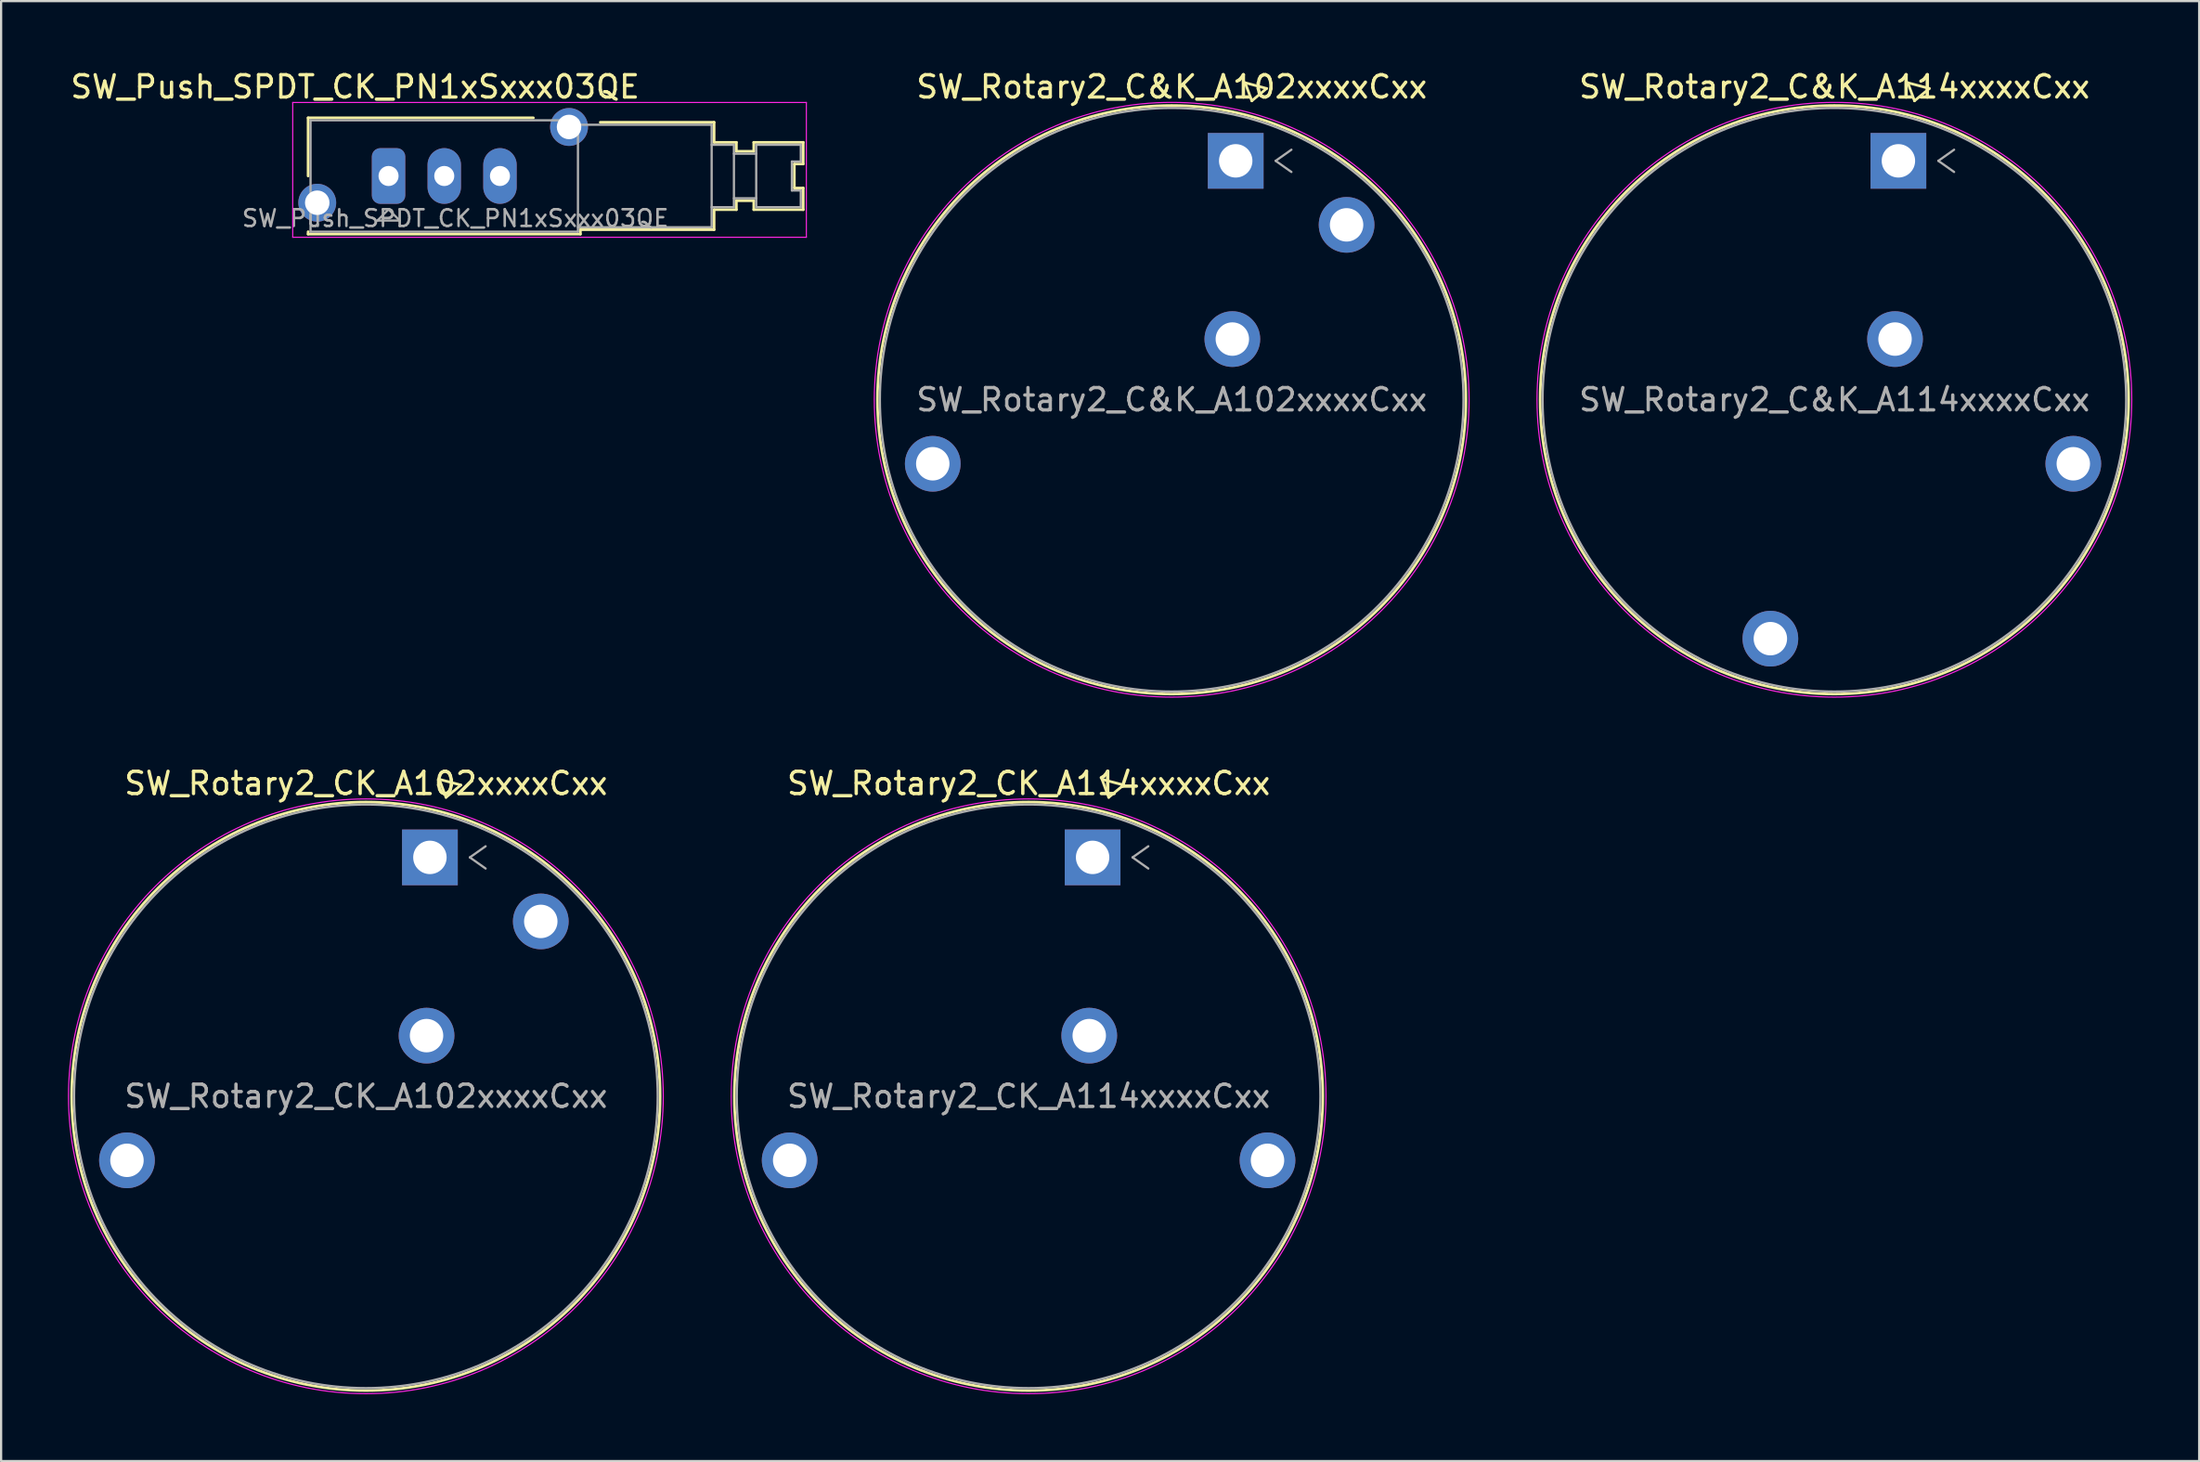
<source format=kicad_pcb>
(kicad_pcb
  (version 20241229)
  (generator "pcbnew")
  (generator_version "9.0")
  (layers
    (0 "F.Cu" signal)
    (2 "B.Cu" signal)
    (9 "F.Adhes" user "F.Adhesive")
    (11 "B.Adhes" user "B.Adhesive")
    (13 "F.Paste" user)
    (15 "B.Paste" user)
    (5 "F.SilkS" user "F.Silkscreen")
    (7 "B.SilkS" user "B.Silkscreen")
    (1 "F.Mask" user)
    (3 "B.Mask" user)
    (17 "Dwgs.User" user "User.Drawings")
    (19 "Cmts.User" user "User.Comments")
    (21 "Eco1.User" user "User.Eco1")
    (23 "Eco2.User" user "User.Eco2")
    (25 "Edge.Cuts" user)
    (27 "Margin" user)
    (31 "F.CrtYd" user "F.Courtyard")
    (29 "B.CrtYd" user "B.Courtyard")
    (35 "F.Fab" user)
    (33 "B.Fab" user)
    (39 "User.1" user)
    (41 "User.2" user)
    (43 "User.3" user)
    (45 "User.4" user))
  (footprint "SW_Rotary2_C&K_A114xxxxCxx"
    (layer "F.Cu")
    (at 82.145 4.168)
    (property "Reference" "SW_Rotary2_C&K_A114xxxxCxx" (at -2.87 -3.32 0) (layer "F.SilkS") (effects (font (size 1 1) (thickness 0.15))))
    (attr through_hole)
    (fp_line (start 0.422 -3.505) (end 0.722 -2.693) (stroke (width 0.12) (type solid)) (layer "F.SilkS"))
    (fp_line (start 0.722 -2.693) (end 1.388 -3.247) (stroke (width 0.12) (type solid)) (layer "F.SilkS"))
    (fp_line (start 1.388 -3.247) (end 0.422 -3.505) (stroke (width 0.12) (type solid)) (layer "F.SilkS"))
    (fp_circle (center -2.873 10.722) (end 10.332 10.722) (stroke (width 0.12) (type solid)) (fill no) (layer "F.SilkS"))
    (fp_circle (center -2.873 10.722) (end 10.472 10.722) (stroke (width 0.05) (type solid)) (fill no) (layer "F.CrtYd"))
    (fp_line (start 1.793 0) (end 2.5 0.5) (stroke (width 0.1) (type solid)) (layer "F.Fab"))
    (fp_line (start 2.5 -0.5) (end 1.793 0) (stroke (width 0.1) (type solid)) (layer "F.Fab"))
    (fp_circle (center -2.873 10.722) (end 10.222 10.722) (stroke (width 0.1) (type solid)) (fill no) (layer "F.Fab"))
    (fp_text user "${REFERENCE}" (at -2.87 10.72 0) (layer "F.Fab") (effects (font (size 1 1) (thickness 0.15))))
    (pad "1" thru_hole rect (at 0 0) (size 2.5 2.5) (drill 1.5) (layers "*.Cu" "*.Mask"))
    (pad "4" thru_hole circle (at 7.849 13.595) (size 2.5 2.5) (drill 1.5) (layers "*.Cu" "*.Mask"))
    (pad "A" thru_hole circle (at -0.151 7.999) (size 2.5 2.5) (drill 1.5) (layers "*.Cu" "*.Mask"))
    (pad "MT" thru_hole circle (at -5.746 21.444) (size 2.5 2.5) (drill 1.5) (layers "*.Cu" "*.Mask")))
  (footprint "SW_Rotary2_CK_A114xxxxCxx"
    (layer "F.Cu")
    (at 45.983 35.428)
    (property "Reference" "SW_Rotary2_CK_A114xxxxCxx" (at -2.87 -3.32 0) (layer "F.SilkS") (effects (font (size 1 1) (thickness 0.15))))
    (attr through_hole)
    (fp_line (start 0.422 -3.505) (end 0.722 -2.693) (stroke (width 0.12) (type solid)) (layer "F.SilkS"))
    (fp_line (start 0.722 -2.693) (end 1.388 -3.247) (stroke (width 0.12) (type solid)) (layer "F.SilkS"))
    (fp_line (start 1.388 -3.247) (end 0.422 -3.505) (stroke (width 0.12) (type solid)) (layer "F.SilkS"))
    (fp_circle (center -2.873 10.722) (end 10.332 10.722) (stroke (width 0.12) (type solid)) (fill no) (layer "F.SilkS"))
    (fp_circle (center -2.873 10.722) (end 10.472 10.722) (stroke (width 0.05) (type solid)) (fill no) (layer "F.CrtYd"))
    (fp_line (start 1.793 0) (end 2.5 0.5) (stroke (width 0.1) (type solid)) (layer "F.Fab"))
    (fp_line (start 2.5 -0.5) (end 1.793 0) (stroke (width 0.1) (type solid)) (layer "F.Fab"))
    (fp_circle (center -2.873 10.722) (end 10.222 10.722) (stroke (width 0.1) (type solid)) (fill no) (layer "F.Fab"))
    (fp_text user "${REFERENCE}" (at -2.87 10.72 0) (layer "F.Fab") (effects (font (size 1 1) (thickness 0.15))))
    (pad "1" thru_hole rect (at 0 0) (size 2.5 2.5) (drill 1.5) (layers "*.Cu" "*.Mask"))
    (pad "4" thru_hole circle (at 7.849 13.595) (size 2.5 2.5) (drill 1.5) (layers "*.Cu" "*.Mask"))
    (pad "A" thru_hole circle (at -0.151 7.999) (size 2.5 2.5) (drill 1.5) (layers "*.Cu" "*.Mask"))
    (pad "MT" thru_hole circle (at -13.595 13.595) (size 2.5 2.5) (drill 1.5) (layers "*.Cu" "*.Mask")))
  (footprint "SW_Rotary2_C&K_A102xxxxCxx"
    (layer "F.Cu")
    (at 52.405 4.168)
    (property "Reference" "SW_Rotary2_C&K_A102xxxxCxx" (at -2.87 -3.32 0) (layer "F.SilkS") (effects (font (size 1 1) (thickness 0.15))))
    (attr through_hole)
    (fp_line (start 0.422 -3.505) (end 0.722 -2.693) (stroke (width 0.12) (type solid)) (layer "F.SilkS"))
    (fp_line (start 0.722 -2.693) (end 1.388 -3.247) (stroke (width 0.12) (type solid)) (layer "F.SilkS"))
    (fp_line (start 1.388 -3.247) (end 0.422 -3.505) (stroke (width 0.12) (type solid)) (layer "F.SilkS"))
    (fp_circle (center -2.873 10.722) (end 10.332 10.722) (stroke (width 0.12) (type solid)) (fill no) (layer "F.SilkS"))
    (fp_circle (center -2.873 10.722) (end 10.472 10.722) (stroke (width 0.05) (type solid)) (fill no) (layer "F.CrtYd"))
    (fp_line (start 1.793 0) (end 2.5 0.5) (stroke (width 0.1) (type solid)) (layer "F.Fab"))
    (fp_line (start 2.5 -0.5) (end 1.793 0) (stroke (width 0.1) (type solid)) (layer "F.Fab"))
    (fp_circle (center -2.873 10.722) (end 10.222 10.722) (stroke (width 0.1) (type solid)) (fill no) (layer "F.Fab"))
    (fp_text user "${REFERENCE}" (at -2.87 10.72 0) (layer "F.Fab") (effects (font (size 1 1) (thickness 0.15))))
    (pad "1" thru_hole rect (at 0 0) (size 2.5 2.5) (drill 1.5) (layers "*.Cu" "*.Mask"))
    (pad "2" thru_hole circle (at 4.976 2.873) (size 2.5 2.5) (drill 1.5) (layers "*.Cu" "*.Mask"))
    (pad "A" thru_hole circle (at -0.151 7.999) (size 2.5 2.5) (drill 1.5) (layers "*.Cu" "*.Mask"))
    (pad "MT" thru_hole circle (at -13.595 13.595) (size 2.5 2.5) (drill 1.5) (layers "*.Cu" "*.Mask")))
  (footprint "SW_Rotary2_CK_A102xxxxCxx"
    (layer "F.Cu")
    (at 16.243 35.428)
    (property "Reference" "SW_Rotary2_CK_A102xxxxCxx" (at -2.87 -3.32 0) (layer "F.SilkS") (effects (font (size 1 1) (thickness 0.15))))
    (attr through_hole)
    (fp_line (start 0.422 -3.505) (end 0.722 -2.693) (stroke (width 0.12) (type solid)) (layer "F.SilkS"))
    (fp_line (start 0.722 -2.693) (end 1.388 -3.247) (stroke (width 0.12) (type solid)) (layer "F.SilkS"))
    (fp_line (start 1.388 -3.247) (end 0.422 -3.505) (stroke (width 0.12) (type solid)) (layer "F.SilkS"))
    (fp_circle (center -2.873 10.722) (end 10.332 10.722) (stroke (width 0.12) (type solid)) (fill no) (layer "F.SilkS"))
    (fp_circle (center -2.873 10.722) (end 10.472 10.722) (stroke (width 0.05) (type solid)) (fill no) (layer "F.CrtYd"))
    (fp_line (start 1.793 0) (end 2.5 0.5) (stroke (width 0.1) (type solid)) (layer "F.Fab"))
    (fp_line (start 2.5 -0.5) (end 1.793 0) (stroke (width 0.1) (type solid)) (layer "F.Fab"))
    (fp_circle (center -2.873 10.722) (end 10.222 10.722) (stroke (width 0.1) (type solid)) (fill no) (layer "F.Fab"))
    (fp_text user "${REFERENCE}" (at -2.87 10.72 0) (layer "F.Fab") (effects (font (size 1 1) (thickness 0.15))))
    (pad "1" thru_hole rect (at 0 0) (size 2.5 2.5) (drill 1.5) (layers "*.Cu" "*.Mask"))
    (pad "2" thru_hole circle (at 4.976 2.873) (size 2.5 2.5) (drill 1.5) (layers "*.Cu" "*.Mask"))
    (pad "A" thru_hole circle (at -0.151 7.999) (size 2.5 2.5) (drill 1.5) (layers "*.Cu" "*.Mask"))
    (pad "MT" thru_hole circle (at -13.595 13.595) (size 2.5 2.5) (drill 1.5) (layers "*.Cu" "*.Mask")))
  (footprint "SW_Push_SPDT_CK_PN1xSxxx03QE"
    (layer "F.Cu")
    (at 14.387 4.848)
    (property "Reference" "SW_Push_SPDT_CK_PN1xSxxx03QE" (at -1.5 -4 0) (layer "F.SilkS") (effects (font (size 1 1) (thickness 0.15))))
    (attr through_hole)
    (fp_line (start -3.61 -2.61) (end -3.61 0) (stroke (width 0.12) (type solid)) (layer "F.SilkS"))
    (fp_line (start -3.61 -2.61) (end 6.5 -2.61) (stroke (width 0.12) (type solid)) (layer "F.SilkS"))
    (fp_line (start -3.61 2.61) (end -3.61 2.5) (stroke (width 0.12) (type solid)) (layer "F.SilkS"))
    (fp_line (start 8.61 2.41) (end 8.61 2.61) (stroke (width 0.12) (type solid)) (layer "F.SilkS"))
    (fp_line (start 8.61 2.61) (end -3.61 2.61) (stroke (width 0.12) (type solid)) (layer "F.SilkS"))
    (fp_line (start 9.5 -2.41) (end 14.61 -2.41) (stroke (width 0.12) (type solid)) (layer "F.SilkS"))
    (fp_line (start 14.61 -2.41) (end 14.61 -1.51) (stroke (width 0.12) (type solid)) (layer "F.SilkS"))
    (fp_line (start 14.61 -1.51) (end 15.61 -1.51) (stroke (width 0.12) (type solid)) (layer "F.SilkS"))
    (fp_line (start 14.61 1.51) (end 14.61 2.41) (stroke (width 0.12) (type solid)) (layer "F.SilkS"))
    (fp_line (start 14.61 2.41) (end 8.61 2.41) (stroke (width 0.12) (type solid)) (layer "F.SilkS"))
    (fp_line (start 15.61 -1.51) (end 15.61 -1.11) (stroke (width 0.12) (type solid)) (layer "F.SilkS"))
    (fp_line (start 15.61 -1.11) (end 16.39 -1.11) (stroke (width 0.12) (type solid)) (layer "F.SilkS"))
    (fp_line (start 15.61 1.11) (end 15.61 1.51) (stroke (width 0.12) (type solid)) (layer "F.SilkS"))
    (fp_line (start 15.61 1.51) (end 14.61 1.51) (stroke (width 0.12) (type solid)) (layer "F.SilkS"))
    (fp_line (start 16.39 -1.51) (end 18.61 -1.51) (stroke (width 0.12) (type solid)) (layer "F.SilkS"))
    (fp_line (start 16.39 -1.11) (end 16.39 -1.51) (stroke (width 0.12) (type solid)) (layer "F.SilkS"))
    (fp_line (start 16.39 1.11) (end 15.61 1.11) (stroke (width 0.12) (type solid)) (layer "F.SilkS"))
    (fp_line (start 16.39 1.51) (end 16.39 1.11) (stroke (width 0.12) (type solid)) (layer "F.SilkS"))
    (fp_line (start 18.21 -0.54) (end 18.21 0.54) (stroke (width 0.12) (type solid)) (layer "F.SilkS"))
    (fp_line (start 18.21 0.54) (end 18.61 0.54) (stroke (width 0.12) (type solid)) (layer "F.SilkS"))
    (fp_line (start 18.61 -1.51) (end 18.61 -0.54) (stroke (width 0.12) (type solid)) (layer "F.SilkS"))
    (fp_line (start 18.61 -0.54) (end 18.21 -0.54) (stroke (width 0.12) (type solid)) (layer "F.SilkS"))
    (fp_line (start 18.61 0.54) (end 18.61 1.51) (stroke (width 0.12) (type solid)) (layer "F.SilkS"))
    (fp_line (start 18.61 1.51) (end 16.39 1.51) (stroke (width 0.12) (type solid)) (layer "F.SilkS"))
    (fp_line (start -4.3 -3.3) (end -4.3 2.75) (stroke (width 0.05) (type solid)) (layer "F.CrtYd"))
    (fp_line (start -4.3 2.75) (end 18.75 2.75) (stroke (width 0.05) (type solid)) (layer "F.CrtYd"))
    (fp_line (start 18.75 -3.3) (end -4.3 -3.3) (stroke (width 0.05) (type solid)) (layer "F.CrtYd"))
    (fp_line (start 18.75 2.75) (end 18.75 -3.3) (stroke (width 0.05) (type solid)) (layer "F.CrtYd"))
    (fp_line (start -3.5 -2.5) (end -3.5 2.5) (stroke (width 0.1) (type solid)) (layer "F.Fab"))
    (fp_line (start -3.5 2.5) (end 8.5 2.5) (stroke (width 0.1) (type solid)) (layer "F.Fab"))
    (fp_line (start -0.5 2) (end 0 1.5) (stroke (width 0.1) (type solid)) (layer "F.Fab"))
    (fp_line (start 0 1.5) (end 0.5 2) (stroke (width 0.1) (type solid)) (layer "F.Fab"))
    (fp_line (start 0.5 2) (end -0.5 2) (stroke (width 0.1) (type solid)) (layer "F.Fab"))
    (fp_line (start 8.5 -2.5) (end -3.5 -2.5) (stroke (width 0.1) (type solid)) (layer "F.Fab"))
    (fp_line (start 8.5 -2.3) (end 14.5 -2.3) (stroke (width 0.1) (type solid)) (layer "F.Fab"))
    (fp_line (start 8.5 2.5) (end 8.5 -2.5) (stroke (width 0.1) (type solid)) (layer "F.Fab"))
    (fp_line (start 14.5 2.3) (end 8.5 2.3) (stroke (width 0.1) (type solid)) (layer "F.Fab"))
    (fp_line (start 14.5 2.3) (end 14.5 -2.3) (stroke (width 0.1) (type solid)) (layer "F.Fab"))
    (fp_line (start 15.5 -1.4) (end 14.5 -1.4) (stroke (width 0.1) (type solid)) (layer "F.Fab"))
    (fp_line (start 15.5 1.4) (end 14.5 1.4) (stroke (width 0.1) (type solid)) (layer "F.Fab"))
    (fp_line (start 15.5 1.4) (end 15.5 -1.4) (stroke (width 0.1) (type solid)) (layer "F.Fab"))
    (fp_line (start 16.5 -1.4) (end 16.5 1.4) (stroke (width 0.1) (type solid)) (layer "F.Fab"))
    (fp_line (start 16.5 -1) (end 15.5 -1) (stroke (width 0.1) (type solid)) (layer "F.Fab"))
    (fp_line (start 16.5 1) (end 15.5 1) (stroke (width 0.1) (type solid)) (layer "F.Fab"))
    (fp_line (start 18.1 -0.65) (end 18.1 0.65) (stroke (width 0.1) (type solid)) (layer "F.Fab"))
    (fp_line (start 18.1 0.65) (end 18.5 0.65) (stroke (width 0.1) (type solid)) (layer "F.Fab"))
    (fp_line (start 18.5 -1.4) (end 16.5 -1.4) (stroke (width 0.1) (type solid)) (layer "F.Fab"))
    (fp_line (start 18.5 -1.4) (end 18.5 -0.65) (stroke (width 0.1) (type solid)) (layer "F.Fab"))
    (fp_line (start 18.5 -0.65) (end 18.1 -0.65) (stroke (width 0.1) (type solid)) (layer "F.Fab"))
    (fp_line (start 18.5 0.65) (end 18.5 1.4) (stroke (width 0.1) (type solid)) (layer "F.Fab"))
    (fp_line (start 18.5 1.4) (end 16.5 1.4) (stroke (width 0.1) (type solid)) (layer "F.Fab"))
    (fp_text user "${REFERENCE}" (at 3 1.9 0) (layer "F.Fab") (effects (font (size 0.75 0.75) (thickness 0.113))))
    (pad "1" thru_hole roundrect (at 0 0) (size 1.5 2.5) (drill 0.9) (layers "*.Cu" "*.Mask") (roundrect_rratio 0.25))
    (pad "2" thru_hole oval (at 2.5 0) (size 1.5 2.5) (drill 0.9) (layers "*.Cu" "*.Mask"))
    (pad "3" thru_hole oval (at 5 0) (size 1.5 2.5) (drill 0.9) (layers "*.Cu" "*.Mask"))
    (pad "SH" thru_hole circle (at -3.2 1.2) (size 1.7 1.7) (drill 1.1) (layers "*.Cu" "*.Mask"))
    (pad "SH" thru_hole circle (at 8.1 -2.2) (size 1.7 1.7) (drill 1.1) (layers "*.Cu" "*.Mask")))
  (gr_rect
    (start -3 -3)
    (end 95.642 62.52)
    (stroke (width 0.1) (type default))
    (fill no)
    (layer "Edge.Cuts")))
</source>
